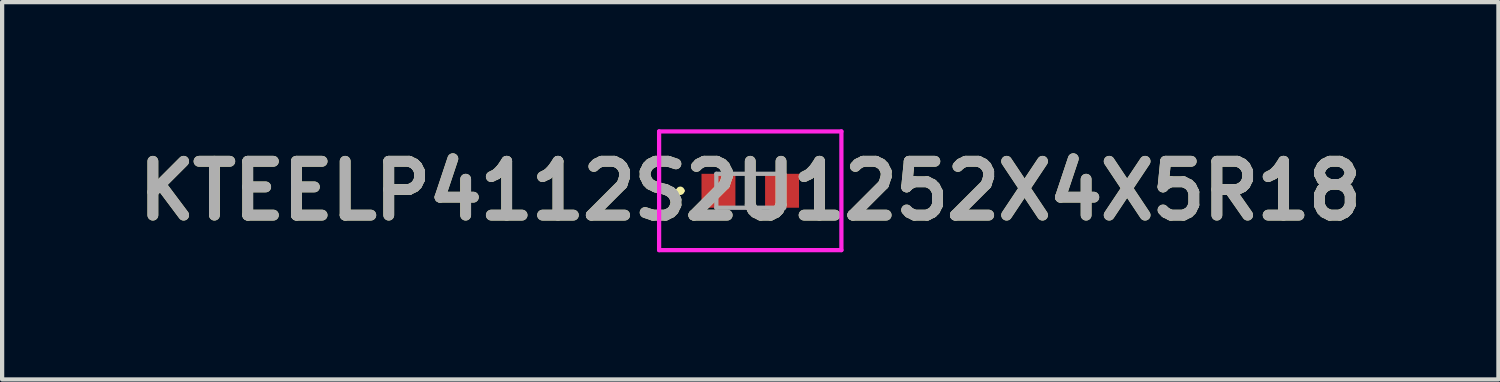
<source format=kicad_pcb>
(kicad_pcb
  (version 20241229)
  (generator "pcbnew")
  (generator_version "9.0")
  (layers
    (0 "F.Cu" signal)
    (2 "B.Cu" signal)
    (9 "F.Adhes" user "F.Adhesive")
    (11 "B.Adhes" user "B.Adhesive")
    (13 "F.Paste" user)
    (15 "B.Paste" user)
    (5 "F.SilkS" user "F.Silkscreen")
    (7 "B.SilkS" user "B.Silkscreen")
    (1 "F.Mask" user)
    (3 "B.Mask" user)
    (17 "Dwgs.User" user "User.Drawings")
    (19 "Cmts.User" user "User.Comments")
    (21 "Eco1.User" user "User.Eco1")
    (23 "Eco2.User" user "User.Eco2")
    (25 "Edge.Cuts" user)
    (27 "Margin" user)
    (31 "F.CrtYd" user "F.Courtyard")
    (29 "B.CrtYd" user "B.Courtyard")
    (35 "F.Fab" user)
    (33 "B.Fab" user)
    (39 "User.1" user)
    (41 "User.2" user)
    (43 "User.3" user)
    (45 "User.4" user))
  (footprint "KTEELP4112S2U1252X4X5R18"
    (layer "F.Cu")
    (at 14.647 1.45)
    (property "Reference" "KTEELP4112S2U1252X4X5R18" (at 0 0 0) (layer "F.SilkS") (effects (font (size 1.27 1.27) (thickness 0.254))))
    (attr smd)
    (fp_line (start -1.7 0) (end -1.7 0) (stroke (width 0.1) (type solid)) (layer "F.SilkS"))
    (fp_line (start -1.6 0) (end -1.6 0) (stroke (width 0.1) (type solid)) (layer "F.SilkS"))
    (fp_arc (start -1.7 0) (mid -1.65 -0.05) (end -1.6 0) (stroke (width 0.1) (type solid)) (layer "F.SilkS"))
    (fp_arc (start -1.6 0) (mid -1.65 0.05) (end -1.7 0) (stroke (width 0.1) (type solid)) (layer "F.SilkS"))
    (fp_line (start -2.15 -1.4) (end 2.15 -1.4) (stroke (width 0.1) (type solid)) (layer "F.CrtYd"))
    (fp_line (start -2.15 1.4) (end -2.15 -1.4) (stroke (width 0.1) (type solid)) (layer "F.CrtYd"))
    (fp_line (start 2.15 -1.4) (end 2.15 1.4) (stroke (width 0.1) (type solid)) (layer "F.CrtYd"))
    (fp_line (start 2.15 1.4) (end -2.15 1.4) (stroke (width 0.1) (type solid)) (layer "F.CrtYd"))
    (fp_line (start -0.8 -0.4) (end 0.8 -0.4) (stroke (width 0.1) (type solid)) (layer "F.Fab"))
    (fp_line (start -0.8 0.4) (end -0.8 -0.4) (stroke (width 0.1) (type solid)) (layer "F.Fab"))
    (fp_line (start 0.8 -0.4) (end 0.8 0.4) (stroke (width 0.1) (type solid)) (layer "F.Fab"))
    (fp_line (start 0.8 0.4) (end -0.8 0.4) (stroke (width 0.1) (type solid)) (layer "F.Fab"))
    (fp_text user "${REFERENCE}" (at 0 0 0) (layer "F.Fab") (effects (font (size 1.27 1.27) (thickness 0.254))))
    (pad "1" smd rect (at -0.75 0) (size 0.8 0.8) (layers "F.Cu" "F.Mask" "F.Paste"))
    (pad "2" smd rect (at 0.75 0) (size 0.8 0.8) (layers "F.Cu" "F.Mask" "F.Paste")))
  (gr_rect
    (start -3 -3)
    (end 32.295 5.9)
    (stroke (width 0.1) (type default))
    (fill no)
    (layer "Edge.Cuts")))
</source>
